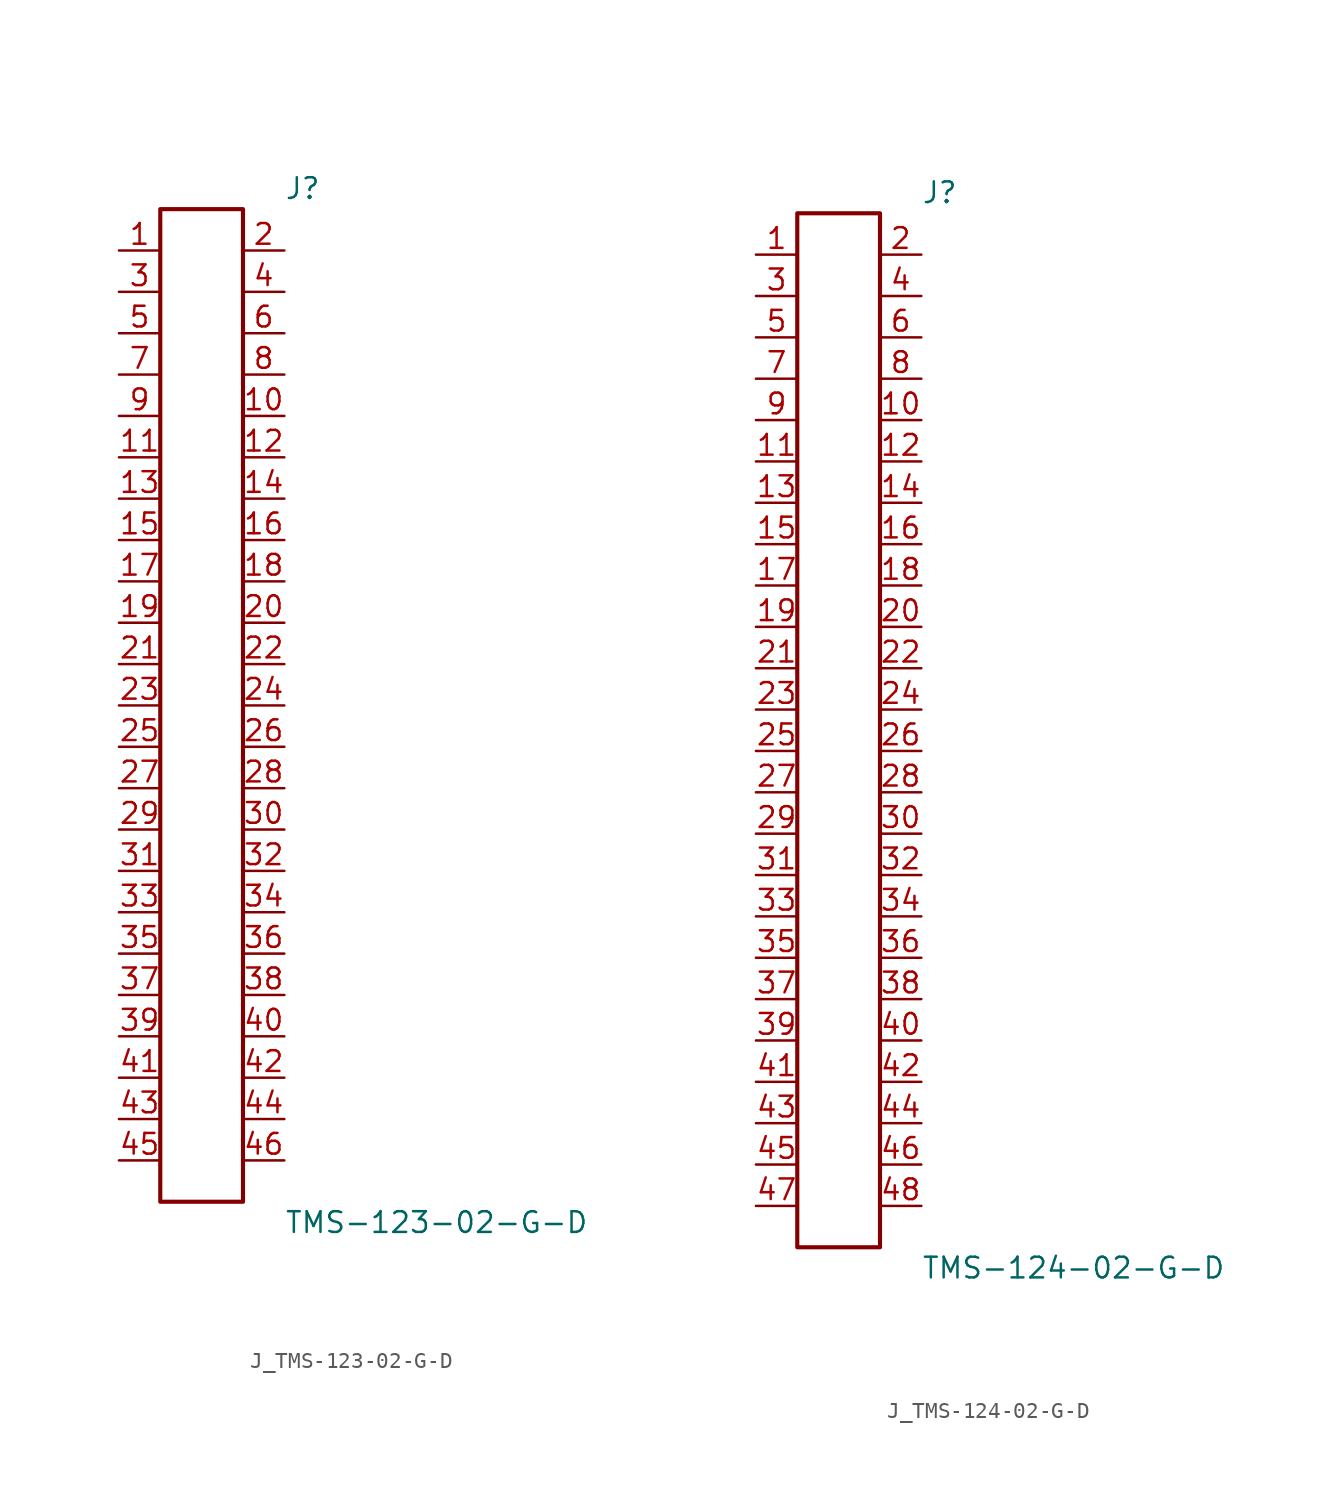
<source format=kicad_sym>
(kicad_symbol_lib
  (version 20231120)
  (generator kicad_symbol_editor)
  (generator_version 8.0)
  (symbol "J_TMS-123-02-G-D"
    (pin_names
      (offset 0.254))
    (property "Reference" "J"
      (at 5.08 31.75 0)
      (effects (font (size 1.27 1.27)) (justify left)))
    (property "Value" "TMS-123-02-G-D"
      (at 5.08 -31.75 0)
      (effects (font (size 1.27 1.27)) (justify left)))
    (symbol "J_TMS-123-02-G-D_0_0"
      (pin unspecified line (at -5.08 27.94 0) (length 2.54) (name "" (effects (font (size 1.27 1.27)))) (number "1" (effects (font (size 1.27 1.27)))))
      (pin unspecified line (at 5.08 27.94 180) (length 2.54) (name "" (effects (font (size 1.27 1.27)))) (number "2" (effects (font (size 1.27 1.27)))))
      (pin unspecified line (at -5.08 25.4 0) (length 2.54) (name "" (effects (font (size 1.27 1.27)))) (number "3" (effects (font (size 1.27 1.27)))))
      (pin unspecified line (at 5.08 25.4 180) (length 2.54) (name "" (effects (font (size 1.27 1.27)))) (number "4" (effects (font (size 1.27 1.27)))))
      (pin unspecified line (at -5.08 22.86 0) (length 2.54) (name "" (effects (font (size 1.27 1.27)))) (number "5" (effects (font (size 1.27 1.27)))))
      (pin unspecified line (at 5.08 22.86 180) (length 2.54) (name "" (effects (font (size 1.27 1.27)))) (number "6" (effects (font (size 1.27 1.27)))))
      (pin unspecified line (at -5.08 20.32 0) (length 2.54) (name "" (effects (font (size 1.27 1.27)))) (number "7" (effects (font (size 1.27 1.27)))))
      (pin unspecified line (at 5.08 20.32 180) (length 2.54) (name "" (effects (font (size 1.27 1.27)))) (number "8" (effects (font (size 1.27 1.27)))))
      (pin unspecified line (at -5.08 17.78 0) (length 2.54) (name "" (effects (font (size 1.27 1.27)))) (number "9" (effects (font (size 1.27 1.27)))))
      (pin unspecified line (at 5.08 17.78 180) (length 2.54) (name "" (effects (font (size 1.27 1.27)))) (number "10" (effects (font (size 1.27 1.27)))))
      (pin unspecified line (at -5.08 15.24 0) (length 2.54) (name "" (effects (font (size 1.27 1.27)))) (number "11" (effects (font (size 1.27 1.27)))))
      (pin unspecified line (at 5.08 15.24 180) (length 2.54) (name "" (effects (font (size 1.27 1.27)))) (number "12" (effects (font (size 1.27 1.27)))))
      (pin unspecified line (at -5.08 12.7 0) (length 2.54) (name "" (effects (font (size 1.27 1.27)))) (number "13" (effects (font (size 1.27 1.27)))))
      (pin unspecified line (at 5.08 12.7 180) (length 2.54) (name "" (effects (font (size 1.27 1.27)))) (number "14" (effects (font (size 1.27 1.27)))))
      (pin unspecified line (at -5.08 10.16 0) (length 2.54) (name "" (effects (font (size 1.27 1.27)))) (number "15" (effects (font (size 1.27 1.27)))))
      (pin unspecified line (at 5.08 10.16 180) (length 2.54) (name "" (effects (font (size 1.27 1.27)))) (number "16" (effects (font (size 1.27 1.27)))))
      (pin unspecified line (at -5.08 7.62 0) (length 2.54) (name "" (effects (font (size 1.27 1.27)))) (number "17" (effects (font (size 1.27 1.27)))))
      (pin unspecified line (at 5.08 7.62 180) (length 2.54) (name "" (effects (font (size 1.27 1.27)))) (number "18" (effects (font (size 1.27 1.27)))))
      (pin unspecified line (at -5.08 5.08 0) (length 2.54) (name "" (effects (font (size 1.27 1.27)))) (number "19" (effects (font (size 1.27 1.27)))))
      (pin unspecified line (at 5.08 5.08 180) (length 2.54) (name "" (effects (font (size 1.27 1.27)))) (number "20" (effects (font (size 1.27 1.27)))))
      (pin unspecified line (at -5.08 2.54 0) (length 2.54) (name "" (effects (font (size 1.27 1.27)))) (number "21" (effects (font (size 1.27 1.27)))))
      (pin unspecified line (at 5.08 2.54 180) (length 2.54) (name "" (effects (font (size 1.27 1.27)))) (number "22" (effects (font (size 1.27 1.27)))))
      (pin unspecified line (at -5.08 0.0 0) (length 2.54) (name "" (effects (font (size 1.27 1.27)))) (number "23" (effects (font (size 1.27 1.27)))))
      (pin unspecified line (at 5.08 0.0 180) (length 2.54) (name "" (effects (font (size 1.27 1.27)))) (number "24" (effects (font (size 1.27 1.27)))))
      (pin unspecified line (at -5.08 -2.54 0) (length 2.54) (name "" (effects (font (size 1.27 1.27)))) (number "25" (effects (font (size 1.27 1.27)))))
      (pin unspecified line (at 5.08 -2.54 180) (length 2.54) (name "" (effects (font (size 1.27 1.27)))) (number "26" (effects (font (size 1.27 1.27)))))
      (pin unspecified line (at -5.08 -5.08 0) (length 2.54) (name "" (effects (font (size 1.27 1.27)))) (number "27" (effects (font (size 1.27 1.27)))))
      (pin unspecified line (at 5.08 -5.08 180) (length 2.54) (name "" (effects (font (size 1.27 1.27)))) (number "28" (effects (font (size 1.27 1.27)))))
      (pin unspecified line (at -5.08 -7.62 0) (length 2.54) (name "" (effects (font (size 1.27 1.27)))) (number "29" (effects (font (size 1.27 1.27)))))
      (pin unspecified line (at 5.08 -7.62 180) (length 2.54) (name "" (effects (font (size 1.27 1.27)))) (number "30" (effects (font (size 1.27 1.27)))))
      (pin unspecified line (at -5.08 -10.16 0) (length 2.54) (name "" (effects (font (size 1.27 1.27)))) (number "31" (effects (font (size 1.27 1.27)))))
      (pin unspecified line (at 5.08 -10.16 180) (length 2.54) (name "" (effects (font (size 1.27 1.27)))) (number "32" (effects (font (size 1.27 1.27)))))
      (pin unspecified line (at -5.08 -12.7 0) (length 2.54) (name "" (effects (font (size 1.27 1.27)))) (number "33" (effects (font (size 1.27 1.27)))))
      (pin unspecified line (at 5.08 -12.7 180) (length 2.54) (name "" (effects (font (size 1.27 1.27)))) (number "34" (effects (font (size 1.27 1.27)))))
      (pin unspecified line (at -5.08 -15.24 0) (length 2.54) (name "" (effects (font (size 1.27 1.27)))) (number "35" (effects (font (size 1.27 1.27)))))
      (pin unspecified line (at 5.08 -15.24 180) (length 2.54) (name "" (effects (font (size 1.27 1.27)))) (number "36" (effects (font (size 1.27 1.27)))))
      (pin unspecified line (at -5.08 -17.78 0) (length 2.54) (name "" (effects (font (size 1.27 1.27)))) (number "37" (effects (font (size 1.27 1.27)))))
      (pin unspecified line (at 5.08 -17.78 180) (length 2.54) (name "" (effects (font (size 1.27 1.27)))) (number "38" (effects (font (size 1.27 1.27)))))
      (pin unspecified line (at -5.08 -20.32 0) (length 2.54) (name "" (effects (font (size 1.27 1.27)))) (number "39" (effects (font (size 1.27 1.27)))))
      (pin unspecified line (at 5.08 -20.32 180) (length 2.54) (name "" (effects (font (size 1.27 1.27)))) (number "40" (effects (font (size 1.27 1.27)))))
      (pin unspecified line (at -5.08 -22.86 0) (length 2.54) (name "" (effects (font (size 1.27 1.27)))) (number "41" (effects (font (size 1.27 1.27)))))
      (pin unspecified line (at 5.08 -22.86 180) (length 2.54) (name "" (effects (font (size 1.27 1.27)))) (number "42" (effects (font (size 1.27 1.27)))))
      (pin unspecified line (at -5.08 -25.4 0) (length 2.54) (name "" (effects (font (size 1.27 1.27)))) (number "43" (effects (font (size 1.27 1.27)))))
      (pin unspecified line (at 5.08 -25.4 180) (length 2.54) (name "" (effects (font (size 1.27 1.27)))) (number "44" (effects (font (size 1.27 1.27)))))
      (pin unspecified line (at -5.08 -27.94 0) (length 2.54) (name "" (effects (font (size 1.27 1.27)))) (number "45" (effects (font (size 1.27 1.27)))))
      (pin unspecified line (at 5.08 -27.94 180) (length 2.54) (name "" (effects (font (size 1.27 1.27)))) (number "46" (effects (font (size 1.27 1.27))))))
    (symbol "J_TMS-123-02-G-D_1_0"
      (rectangle (start -2.54 30.48) (end 2.54 -30.48) (stroke (width 0.254) (type solid)) (fill (type none)))))
  (symbol "J_TMS-124-02-G-D"
    (pin_names
      (offset 0.254))
    (property "Reference" "J"
      (at 5.08 33.02 0)
      (effects (font (size 1.27 1.27)) (justify left)))
    (property "Value" "TMS-124-02-G-D"
      (at 5.08 -33.02 0)
      (effects (font (size 1.27 1.27)) (justify left)))
    (symbol "J_TMS-124-02-G-D_0_0"
      (pin unspecified line (at -5.08 29.21 0) (length 2.54) (name "" (effects (font (size 1.27 1.27)))) (number "1" (effects (font (size 1.27 1.27)))))
      (pin unspecified line (at 5.08 29.21 180) (length 2.54) (name "" (effects (font (size 1.27 1.27)))) (number "2" (effects (font (size 1.27 1.27)))))
      (pin unspecified line (at -5.08 26.67 0) (length 2.54) (name "" (effects (font (size 1.27 1.27)))) (number "3" (effects (font (size 1.27 1.27)))))
      (pin unspecified line (at 5.08 26.67 180) (length 2.54) (name "" (effects (font (size 1.27 1.27)))) (number "4" (effects (font (size 1.27 1.27)))))
      (pin unspecified line (at -5.08 24.13 0) (length 2.54) (name "" (effects (font (size 1.27 1.27)))) (number "5" (effects (font (size 1.27 1.27)))))
      (pin unspecified line (at 5.08 24.13 180) (length 2.54) (name "" (effects (font (size 1.27 1.27)))) (number "6" (effects (font (size 1.27 1.27)))))
      (pin unspecified line (at -5.08 21.59 0) (length 2.54) (name "" (effects (font (size 1.27 1.27)))) (number "7" (effects (font (size 1.27 1.27)))))
      (pin unspecified line (at 5.08 21.59 180) (length 2.54) (name "" (effects (font (size 1.27 1.27)))) (number "8" (effects (font (size 1.27 1.27)))))
      (pin unspecified line (at -5.08 19.05 0) (length 2.54) (name "" (effects (font (size 1.27 1.27)))) (number "9" (effects (font (size 1.27 1.27)))))
      (pin unspecified line (at 5.08 19.05 180) (length 2.54) (name "" (effects (font (size 1.27 1.27)))) (number "10" (effects (font (size 1.27 1.27)))))
      (pin unspecified line (at -5.08 16.51 0) (length 2.54) (name "" (effects (font (size 1.27 1.27)))) (number "11" (effects (font (size 1.27 1.27)))))
      (pin unspecified line (at 5.08 16.51 180) (length 2.54) (name "" (effects (font (size 1.27 1.27)))) (number "12" (effects (font (size 1.27 1.27)))))
      (pin unspecified line (at -5.08 13.97 0) (length 2.54) (name "" (effects (font (size 1.27 1.27)))) (number "13" (effects (font (size 1.27 1.27)))))
      (pin unspecified line (at 5.08 13.97 180) (length 2.54) (name "" (effects (font (size 1.27 1.27)))) (number "14" (effects (font (size 1.27 1.27)))))
      (pin unspecified line (at -5.08 11.43 0) (length 2.54) (name "" (effects (font (size 1.27 1.27)))) (number "15" (effects (font (size 1.27 1.27)))))
      (pin unspecified line (at 5.08 11.43 180) (length 2.54) (name "" (effects (font (size 1.27 1.27)))) (number "16" (effects (font (size 1.27 1.27)))))
      (pin unspecified line (at -5.08 8.89 0) (length 2.54) (name "" (effects (font (size 1.27 1.27)))) (number "17" (effects (font (size 1.27 1.27)))))
      (pin unspecified line (at 5.08 8.89 180) (length 2.54) (name "" (effects (font (size 1.27 1.27)))) (number "18" (effects (font (size 1.27 1.27)))))
      (pin unspecified line (at -5.08 6.35 0) (length 2.54) (name "" (effects (font (size 1.27 1.27)))) (number "19" (effects (font (size 1.27 1.27)))))
      (pin unspecified line (at 5.08 6.35 180) (length 2.54) (name "" (effects (font (size 1.27 1.27)))) (number "20" (effects (font (size 1.27 1.27)))))
      (pin unspecified line (at -5.08 3.81 0) (length 2.54) (name "" (effects (font (size 1.27 1.27)))) (number "21" (effects (font (size 1.27 1.27)))))
      (pin unspecified line (at 5.08 3.81 180) (length 2.54) (name "" (effects (font (size 1.27 1.27)))) (number "22" (effects (font (size 1.27 1.27)))))
      (pin unspecified line (at -5.08 1.27 0) (length 2.54) (name "" (effects (font (size 1.27 1.27)))) (number "23" (effects (font (size 1.27 1.27)))))
      (pin unspecified line (at 5.08 1.27 180) (length 2.54) (name "" (effects (font (size 1.27 1.27)))) (number "24" (effects (font (size 1.27 1.27)))))
      (pin unspecified line (at -5.08 -1.27 0) (length 2.54) (name "" (effects (font (size 1.27 1.27)))) (number "25" (effects (font (size 1.27 1.27)))))
      (pin unspecified line (at 5.08 -1.27 180) (length 2.54) (name "" (effects (font (size 1.27 1.27)))) (number "26" (effects (font (size 1.27 1.27)))))
      (pin unspecified line (at -5.08 -3.81 0) (length 2.54) (name "" (effects (font (size 1.27 1.27)))) (number "27" (effects (font (size 1.27 1.27)))))
      (pin unspecified line (at 5.08 -3.81 180) (length 2.54) (name "" (effects (font (size 1.27 1.27)))) (number "28" (effects (font (size 1.27 1.27)))))
      (pin unspecified line (at -5.08 -6.35 0) (length 2.54) (name "" (effects (font (size 1.27 1.27)))) (number "29" (effects (font (size 1.27 1.27)))))
      (pin unspecified line (at 5.08 -6.35 180) (length 2.54) (name "" (effects (font (size 1.27 1.27)))) (number "30" (effects (font (size 1.27 1.27)))))
      (pin unspecified line (at -5.08 -8.89 0) (length 2.54) (name "" (effects (font (size 1.27 1.27)))) (number "31" (effects (font (size 1.27 1.27)))))
      (pin unspecified line (at 5.08 -8.89 180) (length 2.54) (name "" (effects (font (size 1.27 1.27)))) (number "32" (effects (font (size 1.27 1.27)))))
      (pin unspecified line (at -5.08 -11.43 0) (length 2.54) (name "" (effects (font (size 1.27 1.27)))) (number "33" (effects (font (size 1.27 1.27)))))
      (pin unspecified line (at 5.08 -11.43 180) (length 2.54) (name "" (effects (font (size 1.27 1.27)))) (number "34" (effects (font (size 1.27 1.27)))))
      (pin unspecified line (at -5.08 -13.97 0) (length 2.54) (name "" (effects (font (size 1.27 1.27)))) (number "35" (effects (font (size 1.27 1.27)))))
      (pin unspecified line (at 5.08 -13.97 180) (length 2.54) (name "" (effects (font (size 1.27 1.27)))) (number "36" (effects (font (size 1.27 1.27)))))
      (pin unspecified line (at -5.08 -16.51 0) (length 2.54) (name "" (effects (font (size 1.27 1.27)))) (number "37" (effects (font (size 1.27 1.27)))))
      (pin unspecified line (at 5.08 -16.51 180) (length 2.54) (name "" (effects (font (size 1.27 1.27)))) (number "38" (effects (font (size 1.27 1.27)))))
      (pin unspecified line (at -5.08 -19.05 0) (length 2.54) (name "" (effects (font (size 1.27 1.27)))) (number "39" (effects (font (size 1.27 1.27)))))
      (pin unspecified line (at 5.08 -19.05 180) (length 2.54) (name "" (effects (font (size 1.27 1.27)))) (number "40" (effects (font (size 1.27 1.27)))))
      (pin unspecified line (at -5.08 -21.59 0) (length 2.54) (name "" (effects (font (size 1.27 1.27)))) (number "41" (effects (font (size 1.27 1.27)))))
      (pin unspecified line (at 5.08 -21.59 180) (length 2.54) (name "" (effects (font (size 1.27 1.27)))) (number "42" (effects (font (size 1.27 1.27)))))
      (pin unspecified line (at -5.08 -24.13 0) (length 2.54) (name "" (effects (font (size 1.27 1.27)))) (number "43" (effects (font (size 1.27 1.27)))))
      (pin unspecified line (at 5.08 -24.13 180) (length 2.54) (name "" (effects (font (size 1.27 1.27)))) (number "44" (effects (font (size 1.27 1.27)))))
      (pin unspecified line (at -5.08 -26.67 0) (length 2.54) (name "" (effects (font (size 1.27 1.27)))) (number "45" (effects (font (size 1.27 1.27)))))
      (pin unspecified line (at 5.08 -26.67 180) (length 2.54) (name "" (effects (font (size 1.27 1.27)))) (number "46" (effects (font (size 1.27 1.27)))))
      (pin unspecified line (at -5.08 -29.21 0) (length 2.54) (name "" (effects (font (size 1.27 1.27)))) (number "47" (effects (font (size 1.27 1.27)))))
      (pin unspecified line (at 5.08 -29.21 180) (length 2.54) (name "" (effects (font (size 1.27 1.27)))) (number "48" (effects (font (size 1.27 1.27))))))
    (symbol "J_TMS-124-02-G-D_1_0"
      (rectangle (start -2.54 31.75) (end 2.54 -31.75) (stroke (width 0.254) (type solid)) (fill (type none))))))
</source>
